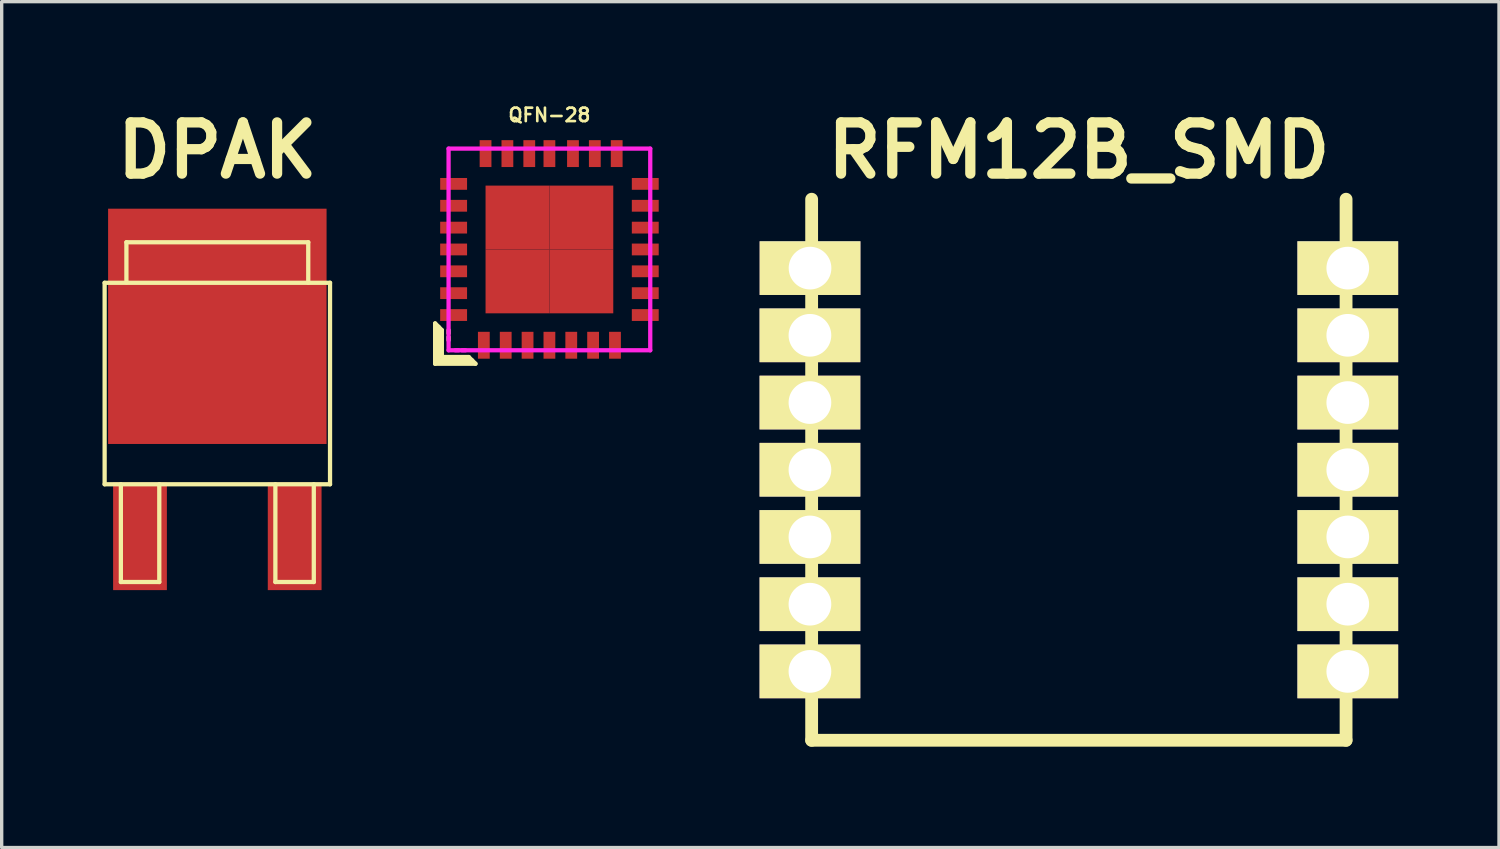
<source format=kicad_pcb>
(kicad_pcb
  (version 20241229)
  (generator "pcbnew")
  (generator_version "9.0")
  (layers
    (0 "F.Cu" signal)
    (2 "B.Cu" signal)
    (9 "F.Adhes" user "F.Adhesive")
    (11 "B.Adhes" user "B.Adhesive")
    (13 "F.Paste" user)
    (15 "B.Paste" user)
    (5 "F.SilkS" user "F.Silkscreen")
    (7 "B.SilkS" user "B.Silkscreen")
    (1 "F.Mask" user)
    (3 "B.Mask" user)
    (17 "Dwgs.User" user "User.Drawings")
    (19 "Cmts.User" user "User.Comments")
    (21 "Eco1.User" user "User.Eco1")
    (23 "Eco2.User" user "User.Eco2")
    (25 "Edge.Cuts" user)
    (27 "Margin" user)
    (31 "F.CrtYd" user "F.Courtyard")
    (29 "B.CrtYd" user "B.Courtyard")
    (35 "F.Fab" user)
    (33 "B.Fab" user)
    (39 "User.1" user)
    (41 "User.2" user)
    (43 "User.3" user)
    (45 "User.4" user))
  (footprint "RFM12B_SMD"
    (layer "F.Cu")
    (at 29.048 10.926)
    (property "Reference" "RFM12B_SMD" (at 0 -9.5 0) (layer "F.SilkS") (effects (font (size 1.524 1.524) (thickness 0.305))))
    (attr through_hole)
    (fp_line (start -7.95 8.049) (end -7.95 -8.049) (stroke (width 0.381) (type solid)) (layer "F.SilkS"))
    (fp_line (start 7.95 -8.049) (end 7.95 8.049) (stroke (width 0.381) (type solid)) (layer "F.SilkS"))
    (fp_line (start 7.95 8.049) (end -7.95 8.049) (stroke (width 0.381) (type solid)) (layer "F.SilkS"))
    (pad "1" thru_hole rect (at -7.998 -5.999) (size 2.997 1.598) (drill 1.27) (layers "*.Cu" "*.Mask" "F.SilkS"))
    (pad "2" thru_hole rect (at -8.001 -4) (size 2.997 1.598) (drill 1.27) (layers "*.Cu" "*.Mask" "F.SilkS"))
    (pad "3" thru_hole rect (at -8.001 -1.999) (size 2.997 1.598) (drill 1.27) (layers "*.Cu" "*.Mask" "F.SilkS"))
    (pad "4" thru_hole rect (at -8.001 0) (size 2.997 1.598) (drill 1.27) (layers "*.Cu" "*.Mask" "F.SilkS"))
    (pad "5" thru_hole rect (at -8.001 1.999) (size 2.997 1.598) (drill 1.27) (layers "*.Cu" "*.Mask" "F.SilkS"))
    (pad "6" thru_hole rect (at -8.001 4) (size 2.997 1.598) (drill 1.27) (layers "*.Cu" "*.Mask" "F.SilkS"))
    (pad "7" thru_hole rect (at -8.001 5.999) (size 2.997 1.598) (drill 1.27) (layers "*.Cu" "*.Mask" "F.SilkS"))
    (pad "8" thru_hole rect (at 8.001 5.999) (size 2.997 1.598) (drill 1.27) (layers "*.Cu" "*.Mask" "F.SilkS"))
    (pad "9" thru_hole rect (at 8.001 4) (size 2.997 1.598) (drill 1.27) (layers "*.Cu" "*.Mask" "F.SilkS"))
    (pad "10" thru_hole rect (at 8.001 1.999) (size 2.997 1.598) (drill 1.27) (layers "*.Cu" "*.Mask" "F.SilkS"))
    (pad "11" thru_hole rect (at 8.001 0) (size 2.997 1.598) (drill 1.27) (layers "*.Cu" "*.Mask" "F.SilkS"))
    (pad "12" thru_hole rect (at 8.001 -1.999) (size 2.997 1.598) (drill 1.27) (layers "*.Cu" "*.Mask" "F.SilkS"))
    (pad "13" thru_hole rect (at 8.001 -4) (size 2.997 1.598) (drill 1.27) (layers "*.Cu" "*.Mask" "F.SilkS"))
    (pad "14" thru_hole rect (at 8.001 -5.999) (size 2.997 1.598) (drill 1.27) (layers "*.Cu" "*.Mask" "F.SilkS")))
  (footprint "QFN-28"
    (layer "F.Cu")
    (at 13.296 4.372)
    (property "Reference" "QFN-28" (at 0 -4 0) (layer "F.SilkS") (effects (font (size 0.399 0.399) (thickness 0.079))))
    (attr through_hole)
    (fp_line (start -3.4 2.2) (end -3.2 2.4) (stroke (width 0.127) (type solid)) (layer "F.SilkS"))
    (fp_line (start -3.4 3.4) (end -3.4 2.2) (stroke (width 0.127) (type solid)) (layer "F.SilkS"))
    (fp_line (start -3.3 2.3) (end -3.3 3.3) (stroke (width 0.127) (type solid)) (layer "F.SilkS"))
    (fp_line (start -3.3 3.3) (end -2.3 3.3) (stroke (width 0.127) (type solid)) (layer "F.SilkS"))
    (fp_line (start -3.2 2.4) (end -3.2 3.2) (stroke (width 0.127) (type solid)) (layer "F.SilkS"))
    (fp_line (start -3.2 3.2) (end -2.4 3.2) (stroke (width 0.127) (type solid)) (layer "F.SilkS"))
    (fp_line (start -3 2.4) (end -3 2.499) (stroke (width 0.127) (type solid)) (layer "F.SilkS"))
    (fp_line (start -3 2.601) (end -3 2.7) (stroke (width 0.127) (type solid)) (layer "F.SilkS"))
    (fp_line (start -2.4 3.2) (end -2.2 3.4) (stroke (width 0.127) (type solid)) (layer "F.SilkS"))
    (fp_line (start -2.2 3.4) (end -3.4 3.4) (stroke (width 0.127) (type solid)) (layer "F.SilkS"))
    (fp_line (start -3 -3) (end 3 -3) (stroke (width 0.127) (type solid)) (layer "F.CrtYd"))
    (fp_line (start -3 3) (end -3 -3) (stroke (width 0.127) (type solid)) (layer "F.CrtYd"))
    (fp_line (start -2.7 3) (end -2.799 3) (stroke (width 0.127) (type solid)) (layer "F.CrtYd"))
    (fp_line (start -2.499 3) (end -2.601 3) (stroke (width 0.127) (type solid)) (layer "F.CrtYd"))
    (fp_line (start 3 -3) (end 3 3) (stroke (width 0.127) (type solid)) (layer "F.CrtYd"))
    (fp_line (start 3 3) (end -3 3) (stroke (width 0.127) (type solid)) (layer "F.CrtYd"))
    (pad "1" smd rect (at -1.951 2.85) (size 0.351 0.8) (layers "F.Cu" "F.Mask" "F.Paste"))
    (pad "2" smd rect (at -1.3 2.85) (size 0.351 0.8) (layers "F.Cu" "F.Mask" "F.Paste"))
    (pad "3" smd rect (at -0.65 2.85) (size 0.351 0.8) (layers "F.Cu" "F.Mask" "F.Paste"))
    (pad "4" smd rect (at 0 2.85) (size 0.351 0.8) (layers "F.Cu" "F.Mask" "F.Paste"))
    (pad "5" smd rect (at 0.65 2.85) (size 0.351 0.8) (layers "F.Cu" "F.Mask" "F.Paste"))
    (pad "6" smd rect (at 1.3 2.85) (size 0.351 0.8) (layers "F.Cu" "F.Mask" "F.Paste"))
    (pad "7" smd rect (at 1.951 2.85) (size 0.351 0.8) (layers "F.Cu" "F.Mask" "F.Paste"))
    (pad "8" smd rect (at 2.852 1.951) (size 0.8 0.351) (layers "F.Cu" "F.Mask" "F.Paste"))
    (pad "9" smd rect (at 2.852 1.3) (size 0.8 0.351) (layers "F.Cu" "F.Mask" "F.Paste"))
    (pad "10" smd rect (at 2.852 0.65) (size 0.8 0.351) (layers "F.Cu" "F.Mask" "F.Paste"))
    (pad "11" smd rect (at 2.852 0) (size 0.8 0.351) (layers "F.Cu" "F.Mask" "F.Paste"))
    (pad "12" smd rect (at 2.852 -0.65) (size 0.8 0.351) (layers "F.Cu" "F.Mask" "F.Paste"))
    (pad "13" smd rect (at 2.852 -1.3) (size 0.8 0.351) (layers "F.Cu" "F.Mask" "F.Paste"))
    (pad "14" smd rect (at 2.852 -1.951) (size 0.8 0.351) (layers "F.Cu" "F.Mask" "F.Paste"))
    (pad "15" smd rect (at 2.002 -2.852) (size 0.351 0.8) (layers "F.Cu" "F.Mask" "F.Paste"))
    (pad "16" smd rect (at 1.351 -2.852) (size 0.351 0.8) (layers "F.Cu" "F.Mask" "F.Paste"))
    (pad "17" smd rect (at 0.701 -2.852) (size 0.351 0.8) (layers "F.Cu" "F.Mask" "F.Paste"))
    (pad "18" smd rect (at 0 -2.852) (size 0.351 0.8) (layers "F.Cu" "F.Mask" "F.Paste"))
    (pad "19" smd rect (at -0.599 -2.852) (size 0.351 0.8) (layers "F.Cu" "F.Mask" "F.Paste"))
    (pad "20" smd rect (at -1.25 -2.852) (size 0.351 0.8) (layers "F.Cu" "F.Mask" "F.Paste"))
    (pad "21" smd rect (at -1.9 -2.852) (size 0.351 0.8) (layers "F.Cu" "F.Mask" "F.Paste"))
    (pad "22" smd rect (at -2.85 -1.951) (size 0.8 0.351) (layers "F.Cu" "F.Mask" "F.Paste"))
    (pad "23" smd rect (at -2.85 -1.3) (size 0.8 0.351) (layers "F.Cu" "F.Mask" "F.Paste"))
    (pad "24" smd rect (at -2.85 -0.65) (size 0.8 0.351) (layers "F.Cu" "F.Mask" "F.Paste"))
    (pad "25" smd rect (at -2.85 0) (size 0.8 0.351) (layers "F.Cu" "F.Mask" "F.Paste"))
    (pad "26" smd rect (at -2.85 0.65) (size 0.8 0.351) (layers "F.Cu" "F.Mask" "F.Paste"))
    (pad "27" smd rect (at -2.85 1.3) (size 0.8 0.351) (layers "F.Cu" "F.Mask" "F.Paste"))
    (pad "28" smd rect (at -2.85 1.951) (size 0.8 0.351) (layers "F.Cu" "F.Mask" "F.Paste"))
    (pad "29" smd rect (at -0.95 -0.95) (size 1.9 1.9) (layers "F.Cu" "F.Mask" "F.Paste"))
    (pad "29" smd rect (at -0.95 0.95) (size 1.9 1.9) (layers "F.Cu" "F.Mask" "F.Paste"))
    (pad "29" smd rect (at 0.95 -0.95) (size 1.9 1.9) (layers "F.Cu" "F.Mask" "F.Paste"))
    (pad "29" smd rect (at 0.95 0.95) (size 1.9 1.9) (layers "F.Cu" "F.Mask" "F.Paste")))
  (footprint "DPAK"
    (layer "F.Cu")
    (at 3.416 9.783)
    (property "Reference" "DPAK" (at 0 -8.357 0) (layer "F.SilkS") (effects (font (size 1.524 1.524) (thickness 0.305))))
    (attr through_hole)
    (fp_line (start -3.353 -4.42) (end -3.353 1.575) (stroke (width 0.127) (type solid)) (layer "F.SilkS"))
    (fp_line (start -2.87 1.575) (end -2.87 4.483) (stroke (width 0.127) (type solid)) (layer "F.SilkS"))
    (fp_line (start -2.87 4.483) (end -1.727 4.483) (stroke (width 0.127) (type solid)) (layer "F.SilkS"))
    (fp_line (start -2.705 -5.626) (end 2.705 -5.626) (stroke (width 0.127) (type solid)) (layer "F.SilkS"))
    (fp_line (start -2.705 -4.432) (end -2.705 -5.626) (stroke (width 0.127) (type solid)) (layer "F.SilkS"))
    (fp_line (start -1.727 4.483) (end -1.727 1.575) (stroke (width 0.127) (type solid)) (layer "F.SilkS"))
    (fp_line (start 1.727 1.575) (end 1.727 4.483) (stroke (width 0.127) (type solid)) (layer "F.SilkS"))
    (fp_line (start 1.727 4.483) (end 2.87 4.483) (stroke (width 0.127) (type solid)) (layer "F.SilkS"))
    (fp_line (start 2.705 -5.626) (end 2.705 -4.42) (stroke (width 0.127) (type solid)) (layer "F.SilkS"))
    (fp_line (start 2.87 4.483) (end 2.87 1.575) (stroke (width 0.127) (type solid)) (layer "F.SilkS"))
    (fp_line (start 3.353 -4.42) (end -3.353 -4.42) (stroke (width 0.127) (type solid)) (layer "F.SilkS"))
    (fp_line (start 3.353 1.575) (end -3.353 1.575) (stroke (width 0.127) (type solid)) (layer "F.SilkS"))
    (fp_line (start 3.353 1.575) (end 3.353 -4.42) (stroke (width 0.127) (type solid)) (layer "F.SilkS"))
    (pad "A1" smd rect (at -2.301 3.124) (size 1.6 3.2) (layers "F.Cu" "F.Mask" "F.Paste"))
    (pad "A2" smd rect (at 0 -3.124) (size 6.5 7) (layers "F.Cu" "F.Mask" "F.Paste"))
    (pad "G" smd rect (at 2.301 3.124) (size 1.6 3.2) (layers "F.Cu" "F.Mask" "F.Paste")))
  (gr_rect
    (start -3 -3)
    (end 41.548 22.166)
    (stroke (width 0.1) (type default))
    (fill no)
    (layer "Edge.Cuts")))
</source>
